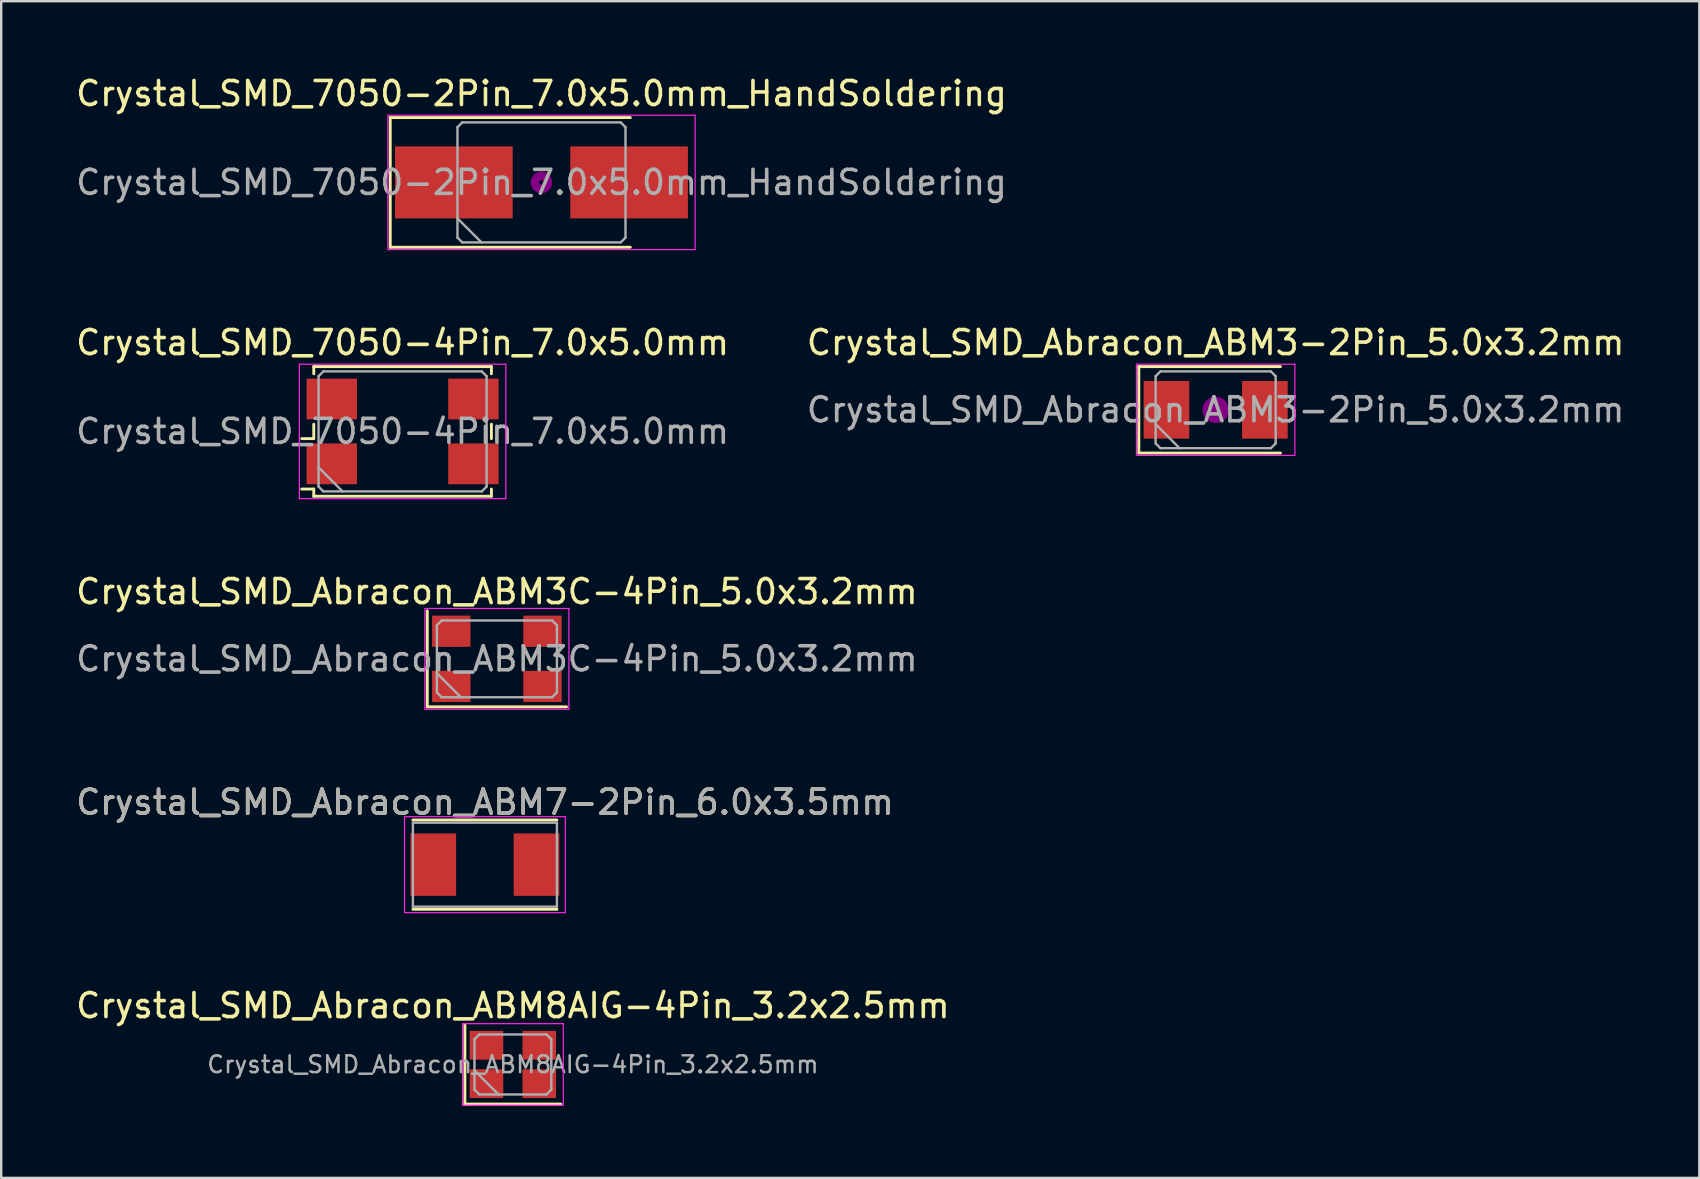
<source format=kicad_pcb>
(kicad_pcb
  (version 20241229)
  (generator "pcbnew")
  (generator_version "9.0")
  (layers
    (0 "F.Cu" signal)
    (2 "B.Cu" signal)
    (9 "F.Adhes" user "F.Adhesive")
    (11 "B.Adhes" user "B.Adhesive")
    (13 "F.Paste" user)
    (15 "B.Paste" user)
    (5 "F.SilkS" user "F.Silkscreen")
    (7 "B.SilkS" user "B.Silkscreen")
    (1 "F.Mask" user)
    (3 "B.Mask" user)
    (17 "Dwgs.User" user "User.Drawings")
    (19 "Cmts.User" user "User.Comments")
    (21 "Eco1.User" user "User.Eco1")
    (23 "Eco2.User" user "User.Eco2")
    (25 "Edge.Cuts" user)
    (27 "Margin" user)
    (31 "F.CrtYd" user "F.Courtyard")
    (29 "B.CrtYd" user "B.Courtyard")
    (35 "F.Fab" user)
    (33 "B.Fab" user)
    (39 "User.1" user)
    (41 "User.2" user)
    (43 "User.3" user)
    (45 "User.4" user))
  (footprint "Crystal_SMD_Abracon_ABM8AIG-4Pin_3.2x2.5mm"
    (layer "F.Cu")
    (at 18.315 41.291)
    (property "Reference" "Crystal_SMD_Abracon_ABM8AIG-4Pin_3.2x2.5mm" (at 0 -2.45 0) (layer "F.SilkS") (effects (font (size 1 1) (thickness 0.15))))
    (attr smd)
    (fp_line (start -2 -1.65) (end -2 1.65) (stroke (width 0.12) (type solid)) (layer "F.SilkS"))
    (fp_line (start -2 1.65) (end 2 1.65) (stroke (width 0.12) (type solid)) (layer "F.SilkS"))
    (fp_line (start -2.1 -1.7) (end -2.1 1.7) (stroke (width 0.05) (type solid)) (layer "F.CrtYd"))
    (fp_line (start -2.1 1.7) (end 2.1 1.7) (stroke (width 0.05) (type solid)) (layer "F.CrtYd"))
    (fp_line (start 2.1 -1.7) (end -2.1 -1.7) (stroke (width 0.05) (type solid)) (layer "F.CrtYd"))
    (fp_line (start 2.1 1.7) (end 2.1 -1.7) (stroke (width 0.05) (type solid)) (layer "F.CrtYd"))
    (fp_line (start -1.6 -1.05) (end -1.4 -1.25) (stroke (width 0.1) (type solid)) (layer "F.Fab"))
    (fp_line (start -1.6 0.25) (end -0.6 1.25) (stroke (width 0.1) (type solid)) (layer "F.Fab"))
    (fp_line (start -1.6 1.05) (end -1.6 -1.05) (stroke (width 0.1) (type solid)) (layer "F.Fab"))
    (fp_line (start -1.4 -1.25) (end 1.4 -1.25) (stroke (width 0.1) (type solid)) (layer "F.Fab"))
    (fp_line (start -1.4 1.25) (end -1.6 1.05) (stroke (width 0.1) (type solid)) (layer "F.Fab"))
    (fp_line (start 1.4 -1.25) (end 1.6 -1.05) (stroke (width 0.1) (type solid)) (layer "F.Fab"))
    (fp_line (start 1.4 1.25) (end -1.4 1.25) (stroke (width 0.1) (type solid)) (layer "F.Fab"))
    (fp_line (start 1.6 -1.05) (end 1.6 1.05) (stroke (width 0.1) (type solid)) (layer "F.Fab"))
    (fp_line (start 1.6 1.05) (end 1.4 1.25) (stroke (width 0.1) (type solid)) (layer "F.Fab"))
    (fp_text user "${REFERENCE}" (at 0 0 0) (layer "F.Fab") (effects (font (size 0.7 0.7) (thickness 0.105))))
    (pad "1" smd rect (at -1.1 0.8) (size 1.4 1.2) (layers "F.Cu" "F.Mask" "F.Paste"))
    (pad "2" smd rect (at 1.1 0.8) (size 1.4 1.2) (layers "F.Cu" "F.Mask" "F.Paste"))
    (pad "3" smd rect (at 1.1 -0.8) (size 1.4 1.2) (layers "F.Cu" "F.Mask" "F.Paste"))
    (pad "4" smd rect (at -1.1 -0.8) (size 1.4 1.2) (layers "F.Cu" "F.Mask" "F.Paste")))
  (footprint "Crystal_SMD_Abracon_ABM7-2Pin_6.0x3.5mm"
    (layer "F.Cu")
    (at 17.149 32.968)
    (property "Reference" "Crystal_SMD_Abracon_ABM7-2Pin_6.0x3.5mm" (at 0 -2.6 0) (layer "F.SilkS") (effects (font (size 1 1) (thickness 0.15))))
    (attr smd)
    (fp_line (start -3 -1.86) (end 3 -1.86) (stroke (width 0.12) (type solid)) (layer "F.SilkS"))
    (fp_line (start -3 1.86) (end 3 1.86) (stroke (width 0.12) (type solid)) (layer "F.SilkS"))
    (fp_line (start -3.35 -2) (end -3.35 2) (stroke (width 0.05) (type solid)) (layer "F.CrtYd"))
    (fp_line (start -3.35 -2) (end 3.35 -2) (stroke (width 0.05) (type solid)) (layer "F.CrtYd"))
    (fp_line (start 3.35 2) (end -3.35 2) (stroke (width 0.05) (type solid)) (layer "F.CrtYd"))
    (fp_line (start 3.35 2) (end 3.35 -2) (stroke (width 0.05) (type solid)) (layer "F.CrtYd"))
    (fp_line (start -3 -1.75) (end -3 1.75) (stroke (width 0.1) (type solid)) (layer "F.Fab"))
    (fp_line (start -3 -1.75) (end 3 -1.75) (stroke (width 0.1) (type solid)) (layer "F.Fab"))
    (fp_line (start -3 1.75) (end 3 1.75) (stroke (width 0.1) (type solid)) (layer "F.Fab"))
    (fp_line (start 3 -1.75) (end 3 1.75) (stroke (width 0.1) (type solid)) (layer "F.Fab"))
    (fp_text user "${REFERENCE}" (at 0 -2.6 0) (layer "F.Fab") (effects (font (size 1 1) (thickness 0.15))))
    (pad "1" smd rect (at -2.15 0) (size 1.9 2.6) (layers "F.Cu" "F.Mask" "F.Paste"))
    (pad "2" smd rect (at 2.15 0) (size 1.9 2.6) (layers "F.Cu" "F.Mask" "F.Paste")))
  (footprint "Crystal_SMD_7050-4Pin_7.0x5.0mm"
    (layer "F.Cu")
    (at 13.72 14.921)
    (property "Reference" "Crystal_SMD_7050-4Pin_7.0x5.0mm" (at 0 -3.7 0) (layer "F.SilkS") (effects (font (size 1 1) (thickness 0.15))))
    (attr smd)
    (fp_line (start -4.2 0.3) (end -3.7 0.3) (stroke (width 0.12) (type solid)) (layer "F.SilkS"))
    (fp_line (start -4.2 2.4) (end -3.7 2.4) (stroke (width 0.12) (type solid)) (layer "F.SilkS"))
    (fp_line (start -3.7 -2.7) (end 3.7 -2.7) (stroke (width 0.12) (type solid)) (layer "F.SilkS"))
    (fp_line (start -3.7 -2.4) (end -3.7 -2.7) (stroke (width 0.12) (type solid)) (layer "F.SilkS"))
    (fp_line (start -3.7 0.3) (end -3.7 -0.3) (stroke (width 0.12) (type solid)) (layer "F.SilkS"))
    (fp_line (start -3.7 2.4) (end -3.7 2.7) (stroke (width 0.12) (type solid)) (layer "F.SilkS"))
    (fp_line (start -3.7 2.7) (end 3.7 2.7) (stroke (width 0.12) (type solid)) (layer "F.SilkS"))
    (fp_line (start 3.7 -2.7) (end 3.7 -2.4) (stroke (width 0.12) (type solid)) (layer "F.SilkS"))
    (fp_line (start 3.7 -0.3) (end 3.7 0.3) (stroke (width 0.12) (type solid)) (layer "F.SilkS"))
    (fp_line (start 3.7 2.7) (end 3.7 2.4) (stroke (width 0.12) (type solid)) (layer "F.SilkS"))
    (fp_line (start -4.3 -2.8) (end -4.3 2.8) (stroke (width 0.05) (type solid)) (layer "F.CrtYd"))
    (fp_line (start -4.3 2.8) (end 4.3 2.8) (stroke (width 0.05) (type solid)) (layer "F.CrtYd"))
    (fp_line (start 4.3 -2.8) (end -4.3 -2.8) (stroke (width 0.05) (type solid)) (layer "F.CrtYd"))
    (fp_line (start 4.3 2.8) (end 4.3 -2.8) (stroke (width 0.05) (type solid)) (layer "F.CrtYd"))
    (fp_line (start -3.5 -2.3) (end -3.3 -2.5) (stroke (width 0.1) (type solid)) (layer "F.Fab"))
    (fp_line (start -3.5 1.5) (end -2.5 2.5) (stroke (width 0.1) (type solid)) (layer "F.Fab"))
    (fp_line (start -3.5 2.3) (end -3.5 -2.3) (stroke (width 0.1) (type solid)) (layer "F.Fab"))
    (fp_line (start -3.3 -2.5) (end 3.3 -2.5) (stroke (width 0.1) (type solid)) (layer "F.Fab"))
    (fp_line (start -3.3 2.5) (end -3.5 2.3) (stroke (width 0.1) (type solid)) (layer "F.Fab"))
    (fp_line (start 3.3 -2.5) (end 3.5 -2.3) (stroke (width 0.1) (type solid)) (layer "F.Fab"))
    (fp_line (start 3.3 2.5) (end -3.3 2.5) (stroke (width 0.1) (type solid)) (layer "F.Fab"))
    (fp_line (start 3.5 -2.3) (end 3.5 2.3) (stroke (width 0.1) (type solid)) (layer "F.Fab"))
    (fp_line (start 3.5 2.3) (end 3.3 2.5) (stroke (width 0.1) (type solid)) (layer "F.Fab"))
    (fp_text user "${REFERENCE}" (at 0 0 0) (layer "F.Fab") (effects (font (size 1 1) (thickness 0.15))))
    (pad "1" smd rect (at -2.95 1.35) (size 2.1 1.7) (layers "F.Cu" "F.Mask" "F.Paste"))
    (pad "2" smd rect (at 2.95 1.35) (size 2.1 1.7) (layers "F.Cu" "F.Mask" "F.Paste"))
    (pad "3" smd rect (at 2.95 -1.35) (size 2.1 1.7) (layers "F.Cu" "F.Mask" "F.Paste"))
    (pad "4" smd rect (at -2.95 -1.35) (size 2.1 1.7) (layers "F.Cu" "F.Mask" "F.Paste")))
  (footprint "Crystal_SMD_Abracon_ABM3-2Pin_5.0x3.2mm"
    (layer "F.Cu")
    (at 47.589 14.021)
    (property "Reference" "Crystal_SMD_Abracon_ABM3-2Pin_5.0x3.2mm" (at 0 -2.8 0) (layer "F.SilkS") (effects (font (size 1 1) (thickness 0.15))))
    (attr smd)
    (fp_line (start -3.2 -1.8) (end -3.2 1.8) (stroke (width 0.12) (type solid)) (layer "F.SilkS"))
    (fp_line (start -3.2 1.8) (end 2.7 1.8) (stroke (width 0.12) (type solid)) (layer "F.SilkS"))
    (fp_line (start 2.7 -1.8) (end -3.2 -1.8) (stroke (width 0.12) (type solid)) (layer "F.SilkS"))
    (fp_circle (center 0 0) (end 0.117 0) (stroke (width 0.233) (type solid)) (fill no) (layer "F.Adhes"))
    (fp_circle (center 0 0) (end 0.267 0) (stroke (width 0.167) (type solid)) (fill no) (layer "F.Adhes"))
    (fp_circle (center 0 0) (end 0.417 0) (stroke (width 0.167) (type solid)) (fill no) (layer "F.Adhes"))
    (fp_circle (center 0 0) (end 0.5 0) (stroke (width 0.1) (type solid)) (fill no) (layer "F.Adhes"))
    (fp_line (start -3.3 -1.9) (end -3.3 1.9) (stroke (width 0.05) (type solid)) (layer "F.CrtYd"))
    (fp_line (start -3.3 1.9) (end 3.3 1.9) (stroke (width 0.05) (type solid)) (layer "F.CrtYd"))
    (fp_line (start 3.3 -1.9) (end -3.3 -1.9) (stroke (width 0.05) (type solid)) (layer "F.CrtYd"))
    (fp_line (start 3.3 1.9) (end 3.3 -1.9) (stroke (width 0.05) (type solid)) (layer "F.CrtYd"))
    (fp_line (start -2.5 -1.4) (end -2.3 -1.6) (stroke (width 0.1) (type solid)) (layer "F.Fab"))
    (fp_line (start -2.5 0.6) (end -1.5 1.6) (stroke (width 0.1) (type solid)) (layer "F.Fab"))
    (fp_line (start -2.5 1.4) (end -2.5 -1.4) (stroke (width 0.1) (type solid)) (layer "F.Fab"))
    (fp_line (start -2.3 -1.6) (end 2.3 -1.6) (stroke (width 0.1) (type solid)) (layer "F.Fab"))
    (fp_line (start -2.3 1.6) (end -2.5 1.4) (stroke (width 0.1) (type solid)) (layer "F.Fab"))
    (fp_line (start 2.3 -1.6) (end 2.5 -1.4) (stroke (width 0.1) (type solid)) (layer "F.Fab"))
    (fp_line (start 2.3 1.6) (end -2.3 1.6) (stroke (width 0.1) (type solid)) (layer "F.Fab"))
    (fp_line (start 2.5 -1.4) (end 2.5 1.4) (stroke (width 0.1) (type solid)) (layer "F.Fab"))
    (fp_line (start 2.5 1.4) (end 2.3 1.6) (stroke (width 0.1) (type solid)) (layer "F.Fab"))
    (fp_text user "${REFERENCE}" (at 0 0 0) (layer "F.Fab") (effects (font (size 1 1) (thickness 0.15))))
    (pad "1" smd rect (at -2.05 0) (size 1.9 2.4) (layers "F.Cu" "F.Mask" "F.Paste"))
    (pad "2" smd rect (at 2.05 0) (size 1.9 2.4) (layers "F.Cu" "F.Mask" "F.Paste")))
  (footprint "Crystal_SMD_7050-2Pin_7.0x5.0mm_HandSoldering"
    (layer "F.Cu")
    (at 19.506 4.548)
    (property "Reference" "Crystal_SMD_7050-2Pin_7.0x5.0mm_HandSoldering" (at 0 -3.7 0) (layer "F.SilkS") (effects (font (size 1 1) (thickness 0.15))))
    (attr smd)
    (fp_line (start -6.3 -2.7) (end -6.3 2.7) (stroke (width 0.12) (type solid)) (layer "F.SilkS"))
    (fp_line (start -6.3 2.7) (end 3.7 2.7) (stroke (width 0.12) (type solid)) (layer "F.SilkS"))
    (fp_line (start 3.7 -2.7) (end -6.3 -2.7) (stroke (width 0.12) (type solid)) (layer "F.SilkS"))
    (fp_circle (center 0 0) (end 0.093 0) (stroke (width 0.187) (type solid)) (fill no) (layer "F.Adhes"))
    (fp_circle (center 0 0) (end 0.213 0) (stroke (width 0.133) (type solid)) (fill no) (layer "F.Adhes"))
    (fp_circle (center 0 0) (end 0.333 0) (stroke (width 0.133) (type solid)) (fill no) (layer "F.Adhes"))
    (fp_circle (center 0 0) (end 0.4 0) (stroke (width 0.1) (type solid)) (fill no) (layer "F.Adhes"))
    (fp_line (start -6.4 -2.8) (end -6.4 2.8) (stroke (width 0.05) (type solid)) (layer "F.CrtYd"))
    (fp_line (start -6.4 2.8) (end 6.4 2.8) (stroke (width 0.05) (type solid)) (layer "F.CrtYd"))
    (fp_line (start 6.4 -2.8) (end -6.4 -2.8) (stroke (width 0.05) (type solid)) (layer "F.CrtYd"))
    (fp_line (start 6.4 2.8) (end 6.4 -2.8) (stroke (width 0.05) (type solid)) (layer "F.CrtYd"))
    (fp_line (start -3.5 -2.3) (end -3.3 -2.5) (stroke (width 0.1) (type solid)) (layer "F.Fab"))
    (fp_line (start -3.5 1.5) (end -2.5 2.5) (stroke (width 0.1) (type solid)) (layer "F.Fab"))
    (fp_line (start -3.5 2.3) (end -3.5 -2.3) (stroke (width 0.1) (type solid)) (layer "F.Fab"))
    (fp_line (start -3.3 -2.5) (end 3.3 -2.5) (stroke (width 0.1) (type solid)) (layer "F.Fab"))
    (fp_line (start -3.3 2.5) (end -3.5 2.3) (stroke (width 0.1) (type solid)) (layer "F.Fab"))
    (fp_line (start 3.3 -2.5) (end 3.5 -2.3) (stroke (width 0.1) (type solid)) (layer "F.Fab"))
    (fp_line (start 3.3 2.5) (end -3.3 2.5) (stroke (width 0.1) (type solid)) (layer "F.Fab"))
    (fp_line (start 3.5 -2.3) (end 3.5 2.3) (stroke (width 0.1) (type solid)) (layer "F.Fab"))
    (fp_line (start 3.5 2.3) (end 3.3 2.5) (stroke (width 0.1) (type solid)) (layer "F.Fab"))
    (fp_text user "${REFERENCE}" (at 0 0 0) (layer "F.Fab") (effects (font (size 1 1) (thickness 0.15))))
    (pad "1" smd rect (at -3.65 0) (size 4.9 3) (layers "F.Cu" "F.Mask" "F.Paste"))
    (pad "2" smd rect (at 3.65 0) (size 4.9 3) (layers "F.Cu" "F.Mask" "F.Paste")))
  (footprint "Crystal_SMD_Abracon_ABM3C-4Pin_5.0x3.2mm"
    (layer "F.Cu")
    (at 17.649 24.395)
    (property "Reference" "Crystal_SMD_Abracon_ABM3C-4Pin_5.0x3.2mm" (at 0 -2.8 0) (layer "F.SilkS") (effects (font (size 1 1) (thickness 0.15))))
    (attr smd)
    (fp_line (start -2.9 -2) (end -2.9 2) (stroke (width 0.12) (type solid)) (layer "F.SilkS"))
    (fp_line (start -2.9 2) (end 2.9 2) (stroke (width 0.12) (type solid)) (layer "F.SilkS"))
    (fp_line (start -3 -2.1) (end -3 2.1) (stroke (width 0.05) (type solid)) (layer "F.CrtYd"))
    (fp_line (start -3 2.1) (end 3 2.1) (stroke (width 0.05) (type solid)) (layer "F.CrtYd"))
    (fp_line (start 3 -2.1) (end -3 -2.1) (stroke (width 0.05) (type solid)) (layer "F.CrtYd"))
    (fp_line (start 3 2.1) (end 3 -2.1) (stroke (width 0.05) (type solid)) (layer "F.CrtYd"))
    (fp_line (start -2.5 -1.4) (end -2.3 -1.6) (stroke (width 0.1) (type solid)) (layer "F.Fab"))
    (fp_line (start -2.5 0.6) (end -1.5 1.6) (stroke (width 0.1) (type solid)) (layer "F.Fab"))
    (fp_line (start -2.5 1.4) (end -2.5 -1.4) (stroke (width 0.1) (type solid)) (layer "F.Fab"))
    (fp_line (start -2.3 -1.6) (end 2.3 -1.6) (stroke (width 0.1) (type solid)) (layer "F.Fab"))
    (fp_line (start -2.3 1.6) (end -2.5 1.4) (stroke (width 0.1) (type solid)) (layer "F.Fab"))
    (fp_line (start 2.3 -1.6) (end 2.5 -1.4) (stroke (width 0.1) (type solid)) (layer "F.Fab"))
    (fp_line (start 2.3 1.6) (end -2.3 1.6) (stroke (width 0.1) (type solid)) (layer "F.Fab"))
    (fp_line (start 2.5 -1.4) (end 2.5 1.4) (stroke (width 0.1) (type solid)) (layer "F.Fab"))
    (fp_line (start 2.5 1.4) (end 2.3 1.6) (stroke (width 0.1) (type solid)) (layer "F.Fab"))
    (fp_text user "${REFERENCE}" (at 0 0 0) (layer "F.Fab") (effects (font (size 1 1) (thickness 0.15))))
    (pad "1" smd rect (at -1.9 1.15) (size 1.6 1.3) (layers "F.Cu" "F.Mask" "F.Paste"))
    (pad "2" smd rect (at 1.9 1.15) (size 1.6 1.3) (layers "F.Cu" "F.Mask" "F.Paste"))
    (pad "3" smd rect (at 1.9 -1.15) (size 1.6 1.3) (layers "F.Cu" "F.Mask" "F.Paste"))
    (pad "4" smd rect (at -1.9 -1.15) (size 1.6 1.3) (layers "F.Cu" "F.Mask" "F.Paste")))
  (gr_rect
    (start -3 -3)
    (end 67.738 46.016)
    (stroke (width 0.1) (type default))
    (fill no)
    (layer "Edge.Cuts")))
</source>
